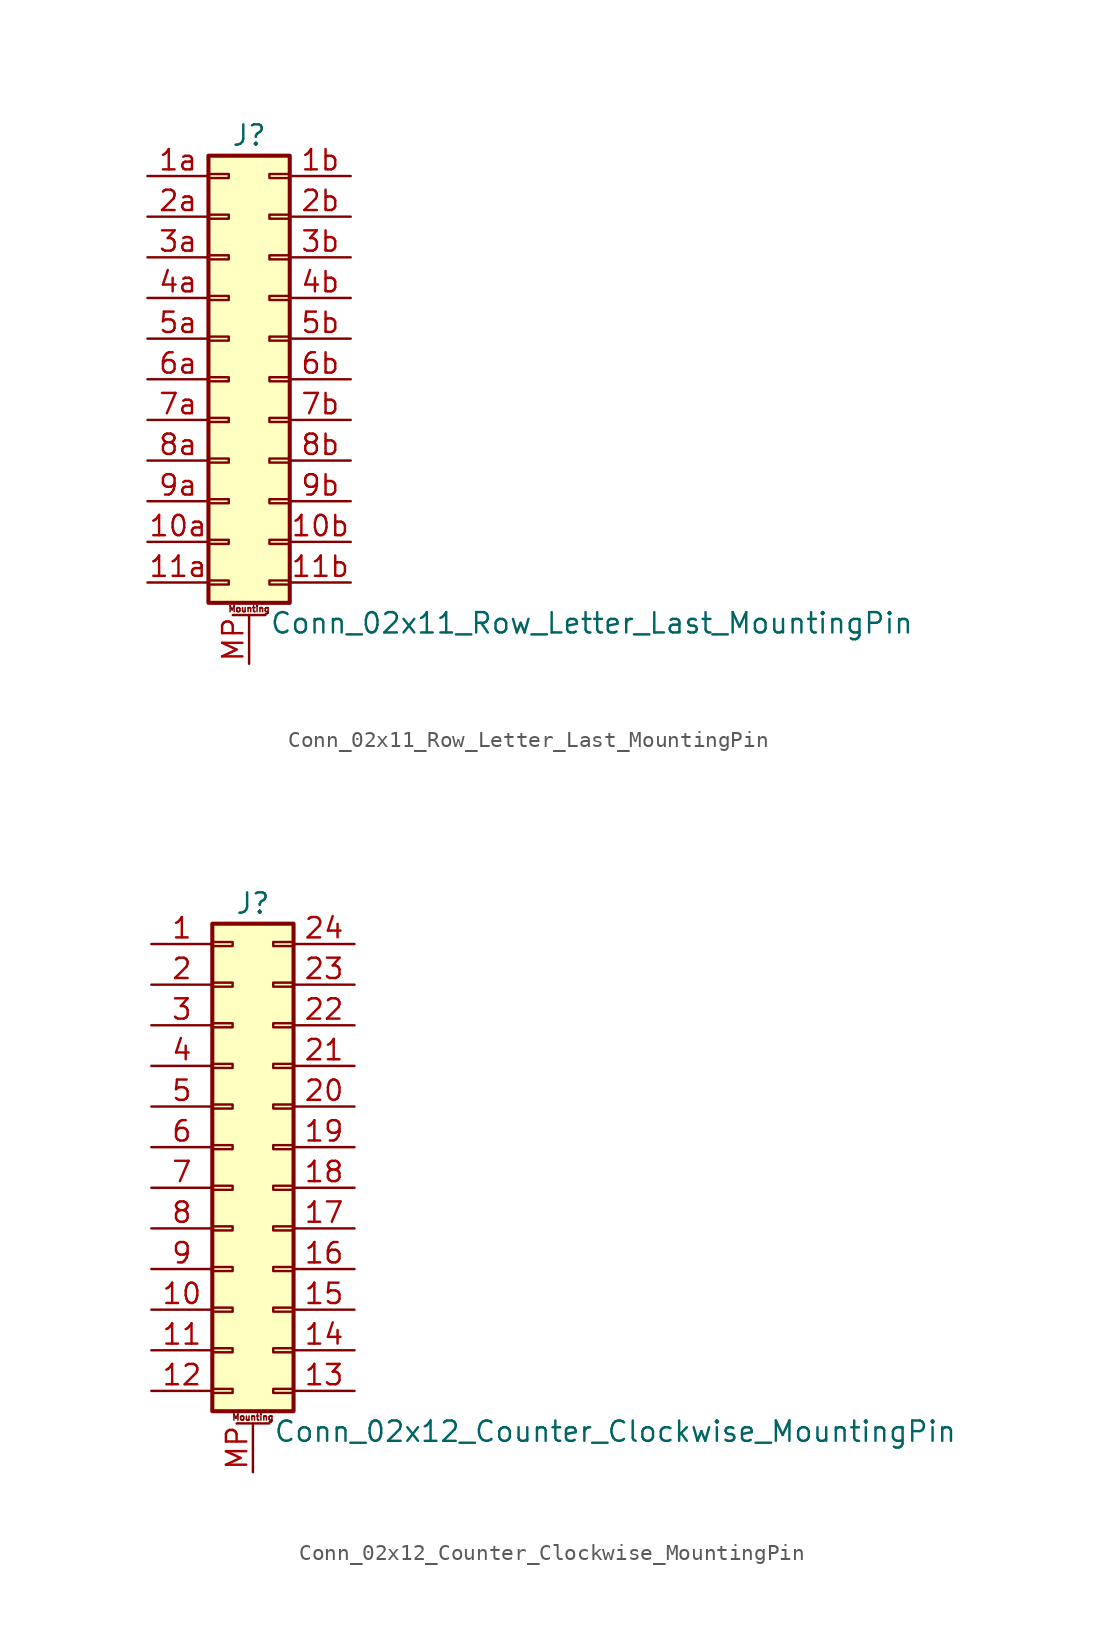
<source format=kicad_sym>
(kicad_symbol_lib
  (version 20211014)
  (generator kicad_symbol_editor)
  (symbol "Conn_02x11_Row_Letter_Last_MountingPin"
    (pin_names
      (offset 1.016) hide)
    (property "Reference" "J"
      (at 1.27 15.24 0)
      (effects (font (size 1.27 1.27))))
    (property "Value" "Conn_02x11_Row_Letter_Last_MountingPin"
      (at 2.54 -15.24 0)
      (effects (font (size 1.27 1.27)) (justify left)))
    (symbol "Conn_02x11_Row_Letter_Last_MountingPin_1_1"
      (rectangle (start -1.27 -12.573) (end 0 -12.827) (stroke (width 0.152) (type default) (color 0 0 0 0)) (fill (type none)))
      (rectangle (start -1.27 -10.033) (end 0 -10.287) (stroke (width 0.152) (type default) (color 0 0 0 0)) (fill (type none)))
      (rectangle (start -1.27 -7.493) (end 0 -7.747) (stroke (width 0.152) (type default) (color 0 0 0 0)) (fill (type none)))
      (rectangle (start -1.27 -4.953) (end 0 -5.207) (stroke (width 0.152) (type default) (color 0 0 0 0)) (fill (type none)))
      (rectangle (start -1.27 -2.413) (end 0 -2.667) (stroke (width 0.152) (type default) (color 0 0 0 0)) (fill (type none)))
      (rectangle (start -1.27 0.127) (end 0 -0.127) (stroke (width 0.152) (type default) (color 0 0 0 0)) (fill (type none)))
      (rectangle (start -1.27 2.667) (end 0 2.413) (stroke (width 0.152) (type default) (color 0 0 0 0)) (fill (type none)))
      (rectangle (start -1.27 5.207) (end 0 4.953) (stroke (width 0.152) (type default) (color 0 0 0 0)) (fill (type none)))
      (rectangle (start -1.27 7.747) (end 0 7.493) (stroke (width 0.152) (type default) (color 0 0 0 0)) (fill (type none)))
      (rectangle (start -1.27 10.287) (end 0 10.033) (stroke (width 0.152) (type default) (color 0 0 0 0)) (fill (type none)))
      (rectangle (start -1.27 12.827) (end 0 12.573) (stroke (width 0.152) (type default) (color 0 0 0 0)) (fill (type none)))
      (rectangle (start -1.27 13.97) (end 3.81 -13.97) (stroke (width 0.254) (type default) (color 0 0 0 0)) (fill (type background)))
      (polyline (pts (xy 0.254 -14.732) (xy 2.286 -14.732)) (stroke (width 0.152) (type default) (color 0 0 0 0)) (fill (type none)))
      (rectangle (start 3.81 -12.573) (end 2.54 -12.827) (stroke (width 0.152) (type default) (color 0 0 0 0)) (fill (type none)))
      (rectangle (start 3.81 -10.033) (end 2.54 -10.287) (stroke (width 0.152) (type default) (color 0 0 0 0)) (fill (type none)))
      (rectangle (start 3.81 -7.493) (end 2.54 -7.747) (stroke (width 0.152) (type default) (color 0 0 0 0)) (fill (type none)))
      (rectangle (start 3.81 -4.953) (end 2.54 -5.207) (stroke (width 0.152) (type default) (color 0 0 0 0)) (fill (type none)))
      (rectangle (start 3.81 -2.413) (end 2.54 -2.667) (stroke (width 0.152) (type default) (color 0 0 0 0)) (fill (type none)))
      (rectangle (start 3.81 0.127) (end 2.54 -0.127) (stroke (width 0.152) (type default) (color 0 0 0 0)) (fill (type none)))
      (rectangle (start 3.81 2.667) (end 2.54 2.413) (stroke (width 0.152) (type default) (color 0 0 0 0)) (fill (type none)))
      (rectangle (start 3.81 5.207) (end 2.54 4.953) (stroke (width 0.152) (type default) (color 0 0 0 0)) (fill (type none)))
      (rectangle (start 3.81 7.747) (end 2.54 7.493) (stroke (width 0.152) (type default) (color 0 0 0 0)) (fill (type none)))
      (rectangle (start 3.81 10.287) (end 2.54 10.033) (stroke (width 0.152) (type default) (color 0 0 0 0)) (fill (type none)))
      (rectangle (start 3.81 12.827) (end 2.54 12.573) (stroke (width 0.152) (type default) (color 0 0 0 0)) (fill (type none)))
      (text "Mounting" (at 1.27 -14.351 0) (effects (font (size 0.381 0.381))))
      (pin passive line (at -5.08 -10.16 0) (length 3.81) (name "Pin_10a" (effects (font (size 1.27 1.27)))) (number "10a" (effects (font (size 1.27 1.27)))))
      (pin passive line (at 7.62 -10.16 180) (length 3.81) (name "Pin_10b" (effects (font (size 1.27 1.27)))) (number "10b" (effects (font (size 1.27 1.27)))))
      (pin passive line (at -5.08 -12.7 0) (length 3.81) (name "Pin_11a" (effects (font (size 1.27 1.27)))) (number "11a" (effects (font (size 1.27 1.27)))))
      (pin passive line (at 7.62 -12.7 180) (length 3.81) (name "Pin_11b" (effects (font (size 1.27 1.27)))) (number "11b" (effects (font (size 1.27 1.27)))))
      (pin passive line (at -5.08 12.7 0) (length 3.81) (name "Pin_1a" (effects (font (size 1.27 1.27)))) (number "1a" (effects (font (size 1.27 1.27)))))
      (pin passive line (at 7.62 12.7 180) (length 3.81) (name "Pin_1b" (effects (font (size 1.27 1.27)))) (number "1b" (effects (font (size 1.27 1.27)))))
      (pin passive line (at -5.08 10.16 0) (length 3.81) (name "Pin_2a" (effects (font (size 1.27 1.27)))) (number "2a" (effects (font (size 1.27 1.27)))))
      (pin passive line (at 7.62 10.16 180) (length 3.81) (name "Pin_2b" (effects (font (size 1.27 1.27)))) (number "2b" (effects (font (size 1.27 1.27)))))
      (pin passive line (at -5.08 7.62 0) (length 3.81) (name "Pin_3a" (effects (font (size 1.27 1.27)))) (number "3a" (effects (font (size 1.27 1.27)))))
      (pin passive line (at 7.62 7.62 180) (length 3.81) (name "Pin_3b" (effects (font (size 1.27 1.27)))) (number "3b" (effects (font (size 1.27 1.27)))))
      (pin passive line (at -5.08 5.08 0) (length 3.81) (name "Pin_4a" (effects (font (size 1.27 1.27)))) (number "4a" (effects (font (size 1.27 1.27)))))
      (pin passive line (at 7.62 5.08 180) (length 3.81) (name "Pin_4b" (effects (font (size 1.27 1.27)))) (number "4b" (effects (font (size 1.27 1.27)))))
      (pin passive line (at -5.08 2.54 0) (length 3.81) (name "Pin_5a" (effects (font (size 1.27 1.27)))) (number "5a" (effects (font (size 1.27 1.27)))))
      (pin passive line (at 7.62 2.54 180) (length 3.81) (name "Pin_5b" (effects (font (size 1.27 1.27)))) (number "5b" (effects (font (size 1.27 1.27)))))
      (pin passive line (at -5.08 0 0) (length 3.81) (name "Pin_6a" (effects (font (size 1.27 1.27)))) (number "6a" (effects (font (size 1.27 1.27)))))
      (pin passive line (at 7.62 0 180) (length 3.81) (name "Pin_6b" (effects (font (size 1.27 1.27)))) (number "6b" (effects (font (size 1.27 1.27)))))
      (pin passive line (at -5.08 -2.54 0) (length 3.81) (name "Pin_7a" (effects (font (size 1.27 1.27)))) (number "7a" (effects (font (size 1.27 1.27)))))
      (pin passive line (at 7.62 -2.54 180) (length 3.81) (name "Pin_7b" (effects (font (size 1.27 1.27)))) (number "7b" (effects (font (size 1.27 1.27)))))
      (pin passive line (at -5.08 -5.08 0) (length 3.81) (name "Pin_8a" (effects (font (size 1.27 1.27)))) (number "8a" (effects (font (size 1.27 1.27)))))
      (pin passive line (at 7.62 -5.08 180) (length 3.81) (name "Pin_8b" (effects (font (size 1.27 1.27)))) (number "8b" (effects (font (size 1.27 1.27)))))
      (pin passive line (at -5.08 -7.62 0) (length 3.81) (name "Pin_9a" (effects (font (size 1.27 1.27)))) (number "9a" (effects (font (size 1.27 1.27)))))
      (pin passive line (at 7.62 -7.62 180) (length 3.81) (name "Pin_9b" (effects (font (size 1.27 1.27)))) (number "9b" (effects (font (size 1.27 1.27)))))
      (pin passive line (at 1.27 -17.78 90) (length 3.048) (name "MountPin" (effects (font (size 1.27 1.27)))) (number "MP" (effects (font (size 1.27 1.27)))))))
  (symbol "Conn_02x12_Counter_Clockwise_MountingPin"
    (pin_names
      (offset 1.016) hide)
    (property "Reference" "J"
      (at 1.27 15.24 0)
      (effects (font (size 1.27 1.27))))
    (property "Value" "Conn_02x12_Counter_Clockwise_MountingPin"
      (at 2.54 -17.78 0)
      (effects (font (size 1.27 1.27)) (justify left)))
    (symbol "Conn_02x12_Counter_Clockwise_MountingPin_1_1"
      (rectangle (start -1.27 -15.113) (end 0 -15.367) (stroke (width 0.152) (type default) (color 0 0 0 0)) (fill (type none)))
      (rectangle (start -1.27 -12.573) (end 0 -12.827) (stroke (width 0.152) (type default) (color 0 0 0 0)) (fill (type none)))
      (rectangle (start -1.27 -10.033) (end 0 -10.287) (stroke (width 0.152) (type default) (color 0 0 0 0)) (fill (type none)))
      (rectangle (start -1.27 -7.493) (end 0 -7.747) (stroke (width 0.152) (type default) (color 0 0 0 0)) (fill (type none)))
      (rectangle (start -1.27 -4.953) (end 0 -5.207) (stroke (width 0.152) (type default) (color 0 0 0 0)) (fill (type none)))
      (rectangle (start -1.27 -2.413) (end 0 -2.667) (stroke (width 0.152) (type default) (color 0 0 0 0)) (fill (type none)))
      (rectangle (start -1.27 0.127) (end 0 -0.127) (stroke (width 0.152) (type default) (color 0 0 0 0)) (fill (type none)))
      (rectangle (start -1.27 2.667) (end 0 2.413) (stroke (width 0.152) (type default) (color 0 0 0 0)) (fill (type none)))
      (rectangle (start -1.27 5.207) (end 0 4.953) (stroke (width 0.152) (type default) (color 0 0 0 0)) (fill (type none)))
      (rectangle (start -1.27 7.747) (end 0 7.493) (stroke (width 0.152) (type default) (color 0 0 0 0)) (fill (type none)))
      (rectangle (start -1.27 10.287) (end 0 10.033) (stroke (width 0.152) (type default) (color 0 0 0 0)) (fill (type none)))
      (rectangle (start -1.27 12.827) (end 0 12.573) (stroke (width 0.152) (type default) (color 0 0 0 0)) (fill (type none)))
      (rectangle (start -1.27 13.97) (end 3.81 -16.51) (stroke (width 0.254) (type default) (color 0 0 0 0)) (fill (type background)))
      (polyline (pts (xy 0.254 -17.272) (xy 2.286 -17.272)) (stroke (width 0.152) (type default) (color 0 0 0 0)) (fill (type none)))
      (rectangle (start 3.81 -15.113) (end 2.54 -15.367) (stroke (width 0.152) (type default) (color 0 0 0 0)) (fill (type none)))
      (rectangle (start 3.81 -12.573) (end 2.54 -12.827) (stroke (width 0.152) (type default) (color 0 0 0 0)) (fill (type none)))
      (rectangle (start 3.81 -10.033) (end 2.54 -10.287) (stroke (width 0.152) (type default) (color 0 0 0 0)) (fill (type none)))
      (rectangle (start 3.81 -7.493) (end 2.54 -7.747) (stroke (width 0.152) (type default) (color 0 0 0 0)) (fill (type none)))
      (rectangle (start 3.81 -4.953) (end 2.54 -5.207) (stroke (width 0.152) (type default) (color 0 0 0 0)) (fill (type none)))
      (rectangle (start 3.81 -2.413) (end 2.54 -2.667) (stroke (width 0.152) (type default) (color 0 0 0 0)) (fill (type none)))
      (rectangle (start 3.81 0.127) (end 2.54 -0.127) (stroke (width 0.152) (type default) (color 0 0 0 0)) (fill (type none)))
      (rectangle (start 3.81 2.667) (end 2.54 2.413) (stroke (width 0.152) (type default) (color 0 0 0 0)) (fill (type none)))
      (rectangle (start 3.81 5.207) (end 2.54 4.953) (stroke (width 0.152) (type default) (color 0 0 0 0)) (fill (type none)))
      (rectangle (start 3.81 7.747) (end 2.54 7.493) (stroke (width 0.152) (type default) (color 0 0 0 0)) (fill (type none)))
      (rectangle (start 3.81 10.287) (end 2.54 10.033) (stroke (width 0.152) (type default) (color 0 0 0 0)) (fill (type none)))
      (rectangle (start 3.81 12.827) (end 2.54 12.573) (stroke (width 0.152) (type default) (color 0 0 0 0)) (fill (type none)))
      (text "Mounting" (at 1.27 -16.891 0) (effects (font (size 0.381 0.381))))
      (pin passive line (at -5.08 12.7 0) (length 3.81) (name "Pin_1" (effects (font (size 1.27 1.27)))) (number "1" (effects (font (size 1.27 1.27)))))
      (pin passive line (at -5.08 -10.16 0) (length 3.81) (name "Pin_10" (effects (font (size 1.27 1.27)))) (number "10" (effects (font (size 1.27 1.27)))))
      (pin passive line (at -5.08 -12.7 0) (length 3.81) (name "Pin_11" (effects (font (size 1.27 1.27)))) (number "11" (effects (font (size 1.27 1.27)))))
      (pin passive line (at -5.08 -15.24 0) (length 3.81) (name "Pin_12" (effects (font (size 1.27 1.27)))) (number "12" (effects (font (size 1.27 1.27)))))
      (pin passive line (at 7.62 -15.24 180) (length 3.81) (name "Pin_13" (effects (font (size 1.27 1.27)))) (number "13" (effects (font (size 1.27 1.27)))))
      (pin passive line (at 7.62 -12.7 180) (length 3.81) (name "Pin_14" (effects (font (size 1.27 1.27)))) (number "14" (effects (font (size 1.27 1.27)))))
      (pin passive line (at 7.62 -10.16 180) (length 3.81) (name "Pin_15" (effects (font (size 1.27 1.27)))) (number "15" (effects (font (size 1.27 1.27)))))
      (pin passive line (at 7.62 -7.62 180) (length 3.81) (name "Pin_16" (effects (font (size 1.27 1.27)))) (number "16" (effects (font (size 1.27 1.27)))))
      (pin passive line (at 7.62 -5.08 180) (length 3.81) (name "Pin_17" (effects (font (size 1.27 1.27)))) (number "17" (effects (font (size 1.27 1.27)))))
      (pin passive line (at 7.62 -2.54 180) (length 3.81) (name "Pin_18" (effects (font (size 1.27 1.27)))) (number "18" (effects (font (size 1.27 1.27)))))
      (pin passive line (at 7.62 0 180) (length 3.81) (name "Pin_19" (effects (font (size 1.27 1.27)))) (number "19" (effects (font (size 1.27 1.27)))))
      (pin passive line (at -5.08 10.16 0) (length 3.81) (name "Pin_2" (effects (font (size 1.27 1.27)))) (number "2" (effects (font (size 1.27 1.27)))))
      (pin passive line (at 7.62 2.54 180) (length 3.81) (name "Pin_20" (effects (font (size 1.27 1.27)))) (number "20" (effects (font (size 1.27 1.27)))))
      (pin passive line (at 7.62 5.08 180) (length 3.81) (name "Pin_21" (effects (font (size 1.27 1.27)))) (number "21" (effects (font (size 1.27 1.27)))))
      (pin passive line (at 7.62 7.62 180) (length 3.81) (name "Pin_22" (effects (font (size 1.27 1.27)))) (number "22" (effects (font (size 1.27 1.27)))))
      (pin passive line (at 7.62 10.16 180) (length 3.81) (name "Pin_23" (effects (font (size 1.27 1.27)))) (number "23" (effects (font (size 1.27 1.27)))))
      (pin passive line (at 7.62 12.7 180) (length 3.81) (name "Pin_24" (effects (font (size 1.27 1.27)))) (number "24" (effects (font (size 1.27 1.27)))))
      (pin passive line (at -5.08 7.62 0) (length 3.81) (name "Pin_3" (effects (font (size 1.27 1.27)))) (number "3" (effects (font (size 1.27 1.27)))))
      (pin passive line (at -5.08 5.08 0) (length 3.81) (name "Pin_4" (effects (font (size 1.27 1.27)))) (number "4" (effects (font (size 1.27 1.27)))))
      (pin passive line (at -5.08 2.54 0) (length 3.81) (name "Pin_5" (effects (font (size 1.27 1.27)))) (number "5" (effects (font (size 1.27 1.27)))))
      (pin passive line (at -5.08 0 0) (length 3.81) (name "Pin_6" (effects (font (size 1.27 1.27)))) (number "6" (effects (font (size 1.27 1.27)))))
      (pin passive line (at -5.08 -2.54 0) (length 3.81) (name "Pin_7" (effects (font (size 1.27 1.27)))) (number "7" (effects (font (size 1.27 1.27)))))
      (pin passive line (at -5.08 -5.08 0) (length 3.81) (name "Pin_8" (effects (font (size 1.27 1.27)))) (number "8" (effects (font (size 1.27 1.27)))))
      (pin passive line (at -5.08 -7.62 0) (length 3.81) (name "Pin_9" (effects (font (size 1.27 1.27)))) (number "9" (effects (font (size 1.27 1.27)))))
      (pin passive line (at 1.27 -20.32 90) (length 3.048) (name "MountPin" (effects (font (size 1.27 1.27)))) (number "MP" (effects (font (size 1.27 1.27))))))))
</source>
